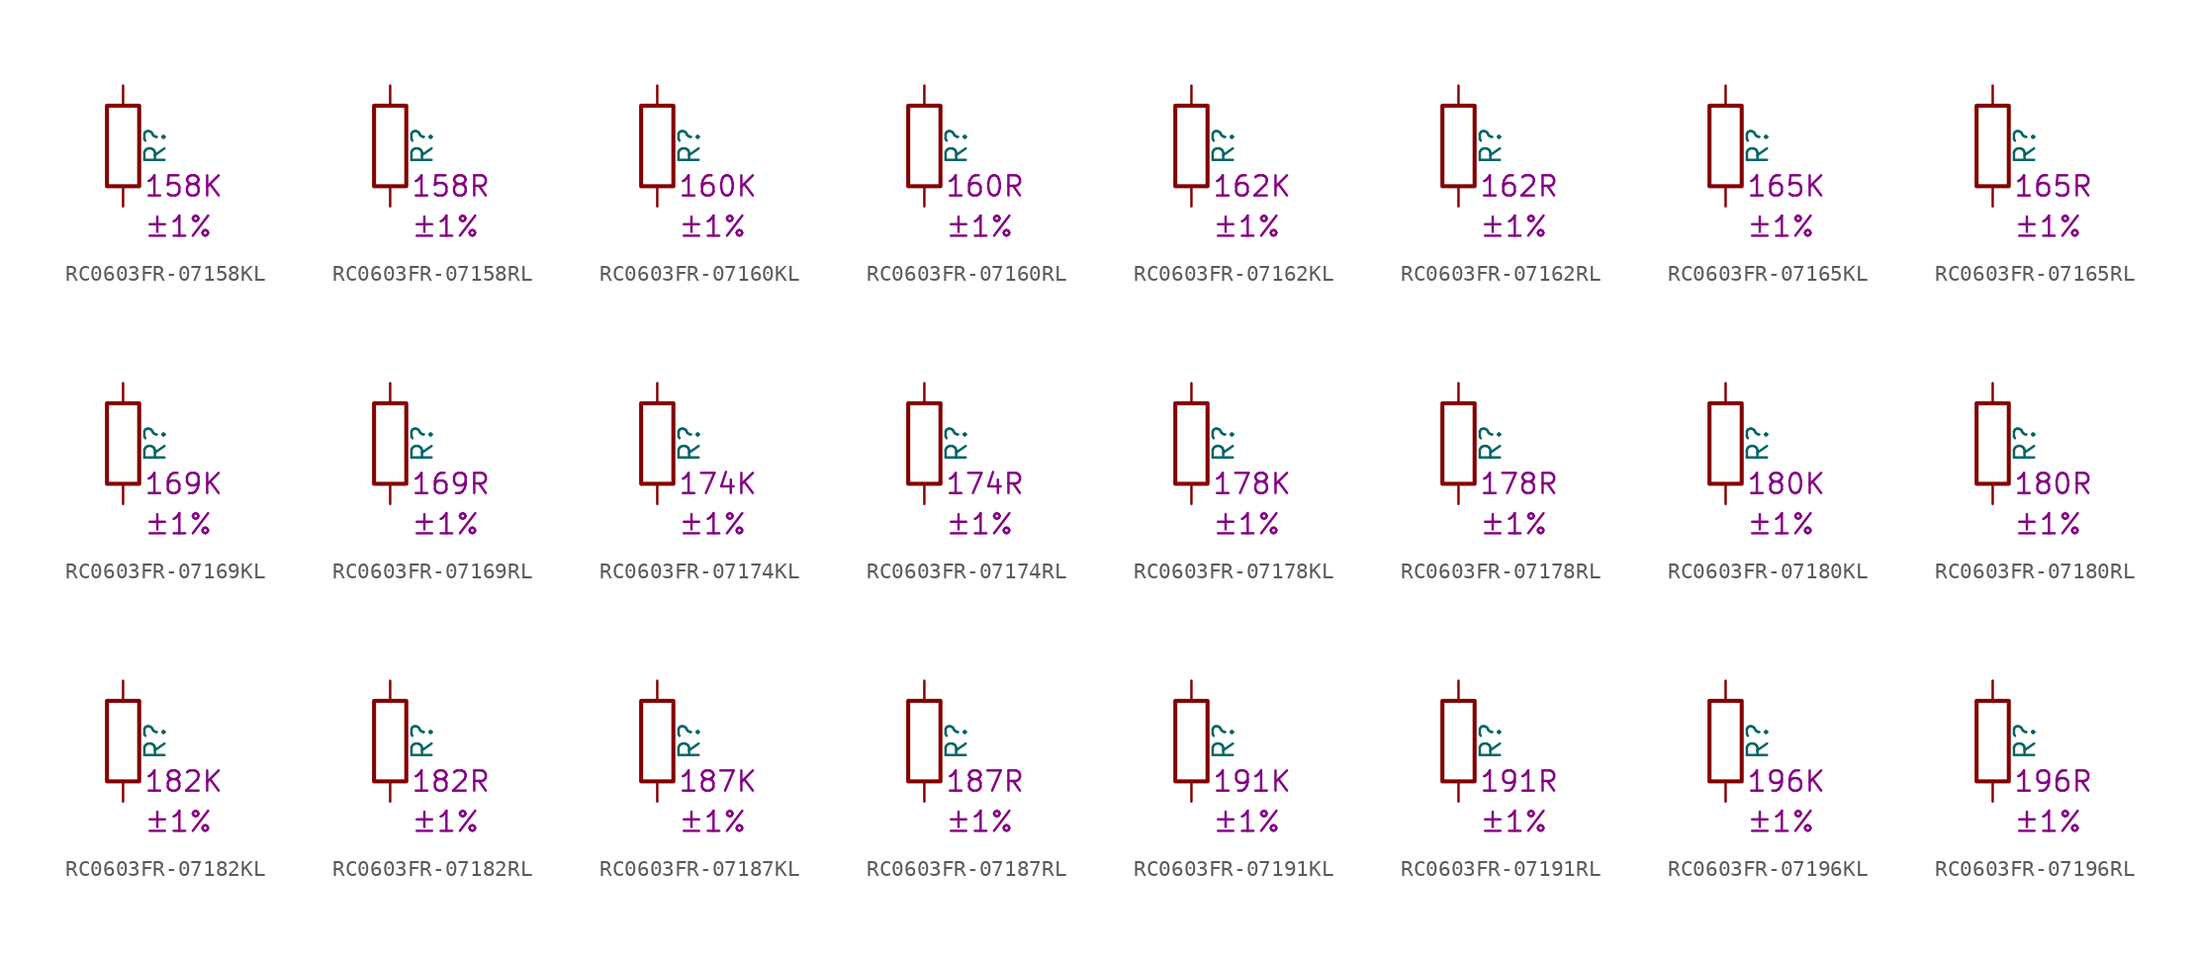
<source format=kicad_sym>
(kicad_symbol_lib
  (version 20220914)
  (generator kicad_symbol_editor)
  (symbol "RC0603FR-07158KL"
    (pin_numbers hide)
    (pin_names
      (offset 0))
    (property "Reference" "R"
      (at 2.032 0 90)
      (effects (font (size 1.27 1.27))))
    (property "Resistance" "158K"
      (at 1.27 -2.54 0)
      (effects (font (size 1.27 1.27)) (justify left)))
    (property "Tolerance" "±1%"
      (at 1.27 -5.08 0)
      (effects (font (size 1.27 1.27)) (justify left)))
    (symbol "RC0603FR-07158KL_0_1"
      (rectangle (start -1.016 -2.54) (end 1.016 2.54) (stroke (width 0.254) (type default)) (fill (type none))))
    (symbol "RC0603FR-07158KL_1_1"
      (pin passive line (at 0 3.81 270) (length 1.27) (name "~" (effects (font (size 1.27 1.27)))) (number "1" (effects (font (size 1.27 1.27)))))
      (pin passive line (at 0 -3.81 90) (length 1.27) (name "~" (effects (font (size 1.27 1.27)))) (number "2" (effects (font (size 1.27 1.27)))))))
  (symbol "RC0603FR-07158RL"
    (pin_numbers hide)
    (pin_names
      (offset 0))
    (property "Reference" "R"
      (at 2.032 0 90)
      (effects (font (size 1.27 1.27))))
    (property "Resistance" "158R"
      (at 1.27 -2.54 0)
      (effects (font (size 1.27 1.27)) (justify left)))
    (property "Tolerance" "±1%"
      (at 1.27 -5.08 0)
      (effects (font (size 1.27 1.27)) (justify left)))
    (symbol "RC0603FR-07158RL_0_1"
      (rectangle (start -1.016 -2.54) (end 1.016 2.54) (stroke (width 0.254) (type default)) (fill (type none))))
    (symbol "RC0603FR-07158RL_1_1"
      (pin passive line (at 0 3.81 270) (length 1.27) (name "~" (effects (font (size 1.27 1.27)))) (number "1" (effects (font (size 1.27 1.27)))))
      (pin passive line (at 0 -3.81 90) (length 1.27) (name "~" (effects (font (size 1.27 1.27)))) (number "2" (effects (font (size 1.27 1.27)))))))
  (symbol "RC0603FR-07160KL"
    (pin_numbers hide)
    (pin_names
      (offset 0))
    (property "Reference" "R"
      (at 2.032 0 90)
      (effects (font (size 1.27 1.27))))
    (property "Resistance" "160K"
      (at 1.27 -2.54 0)
      (effects (font (size 1.27 1.27)) (justify left)))
    (property "Tolerance" "±1%"
      (at 1.27 -5.08 0)
      (effects (font (size 1.27 1.27)) (justify left)))
    (symbol "RC0603FR-07160KL_0_1"
      (rectangle (start -1.016 -2.54) (end 1.016 2.54) (stroke (width 0.254) (type default)) (fill (type none))))
    (symbol "RC0603FR-07160KL_1_1"
      (pin passive line (at 0 3.81 270) (length 1.27) (name "~" (effects (font (size 1.27 1.27)))) (number "1" (effects (font (size 1.27 1.27)))))
      (pin passive line (at 0 -3.81 90) (length 1.27) (name "~" (effects (font (size 1.27 1.27)))) (number "2" (effects (font (size 1.27 1.27)))))))
  (symbol "RC0603FR-07160RL"
    (pin_numbers hide)
    (pin_names
      (offset 0))
    (property "Reference" "R"
      (at 2.032 0 90)
      (effects (font (size 1.27 1.27))))
    (property "Resistance" "160R"
      (at 1.27 -2.54 0)
      (effects (font (size 1.27 1.27)) (justify left)))
    (property "Tolerance" "±1%"
      (at 1.27 -5.08 0)
      (effects (font (size 1.27 1.27)) (justify left)))
    (symbol "RC0603FR-07160RL_0_1"
      (rectangle (start -1.016 -2.54) (end 1.016 2.54) (stroke (width 0.254) (type default)) (fill (type none))))
    (symbol "RC0603FR-07160RL_1_1"
      (pin passive line (at 0 3.81 270) (length 1.27) (name "~" (effects (font (size 1.27 1.27)))) (number "1" (effects (font (size 1.27 1.27)))))
      (pin passive line (at 0 -3.81 90) (length 1.27) (name "~" (effects (font (size 1.27 1.27)))) (number "2" (effects (font (size 1.27 1.27)))))))
  (symbol "RC0603FR-07162KL"
    (pin_numbers hide)
    (pin_names
      (offset 0))
    (property "Reference" "R"
      (at 2.032 0 90)
      (effects (font (size 1.27 1.27))))
    (property "Resistance" "162K"
      (at 1.27 -2.54 0)
      (effects (font (size 1.27 1.27)) (justify left)))
    (property "Tolerance" "±1%"
      (at 1.27 -5.08 0)
      (effects (font (size 1.27 1.27)) (justify left)))
    (symbol "RC0603FR-07162KL_0_1"
      (rectangle (start -1.016 -2.54) (end 1.016 2.54) (stroke (width 0.254) (type default)) (fill (type none))))
    (symbol "RC0603FR-07162KL_1_1"
      (pin passive line (at 0 3.81 270) (length 1.27) (name "~" (effects (font (size 1.27 1.27)))) (number "1" (effects (font (size 1.27 1.27)))))
      (pin passive line (at 0 -3.81 90) (length 1.27) (name "~" (effects (font (size 1.27 1.27)))) (number "2" (effects (font (size 1.27 1.27)))))))
  (symbol "RC0603FR-07162RL"
    (pin_numbers hide)
    (pin_names
      (offset 0))
    (property "Reference" "R"
      (at 2.032 0 90)
      (effects (font (size 1.27 1.27))))
    (property "Resistance" "162R"
      (at 1.27 -2.54 0)
      (effects (font (size 1.27 1.27)) (justify left)))
    (property "Tolerance" "±1%"
      (at 1.27 -5.08 0)
      (effects (font (size 1.27 1.27)) (justify left)))
    (symbol "RC0603FR-07162RL_0_1"
      (rectangle (start -1.016 -2.54) (end 1.016 2.54) (stroke (width 0.254) (type default)) (fill (type none))))
    (symbol "RC0603FR-07162RL_1_1"
      (pin passive line (at 0 3.81 270) (length 1.27) (name "~" (effects (font (size 1.27 1.27)))) (number "1" (effects (font (size 1.27 1.27)))))
      (pin passive line (at 0 -3.81 90) (length 1.27) (name "~" (effects (font (size 1.27 1.27)))) (number "2" (effects (font (size 1.27 1.27)))))))
  (symbol "RC0603FR-07165KL"
    (pin_numbers hide)
    (pin_names
      (offset 0))
    (property "Reference" "R"
      (at 2.032 0 90)
      (effects (font (size 1.27 1.27))))
    (property "Resistance" "165K"
      (at 1.27 -2.54 0)
      (effects (font (size 1.27 1.27)) (justify left)))
    (property "Tolerance" "±1%"
      (at 1.27 -5.08 0)
      (effects (font (size 1.27 1.27)) (justify left)))
    (symbol "RC0603FR-07165KL_0_1"
      (rectangle (start -1.016 -2.54) (end 1.016 2.54) (stroke (width 0.254) (type default)) (fill (type none))))
    (symbol "RC0603FR-07165KL_1_1"
      (pin passive line (at 0 3.81 270) (length 1.27) (name "~" (effects (font (size 1.27 1.27)))) (number "1" (effects (font (size 1.27 1.27)))))
      (pin passive line (at 0 -3.81 90) (length 1.27) (name "~" (effects (font (size 1.27 1.27)))) (number "2" (effects (font (size 1.27 1.27)))))))
  (symbol "RC0603FR-07165RL"
    (pin_numbers hide)
    (pin_names
      (offset 0))
    (property "Reference" "R"
      (at 2.032 0 90)
      (effects (font (size 1.27 1.27))))
    (property "Resistance" "165R"
      (at 1.27 -2.54 0)
      (effects (font (size 1.27 1.27)) (justify left)))
    (property "Tolerance" "±1%"
      (at 1.27 -5.08 0)
      (effects (font (size 1.27 1.27)) (justify left)))
    (symbol "RC0603FR-07165RL_0_1"
      (rectangle (start -1.016 -2.54) (end 1.016 2.54) (stroke (width 0.254) (type default)) (fill (type none))))
    (symbol "RC0603FR-07165RL_1_1"
      (pin passive line (at 0 3.81 270) (length 1.27) (name "~" (effects (font (size 1.27 1.27)))) (number "1" (effects (font (size 1.27 1.27)))))
      (pin passive line (at 0 -3.81 90) (length 1.27) (name "~" (effects (font (size 1.27 1.27)))) (number "2" (effects (font (size 1.27 1.27)))))))
  (symbol "RC0603FR-07169KL"
    (pin_numbers hide)
    (pin_names
      (offset 0))
    (property "Reference" "R"
      (at 2.032 0 90)
      (effects (font (size 1.27 1.27))))
    (property "Resistance" "169K"
      (at 1.27 -2.54 0)
      (effects (font (size 1.27 1.27)) (justify left)))
    (property "Tolerance" "±1%"
      (at 1.27 -5.08 0)
      (effects (font (size 1.27 1.27)) (justify left)))
    (symbol "RC0603FR-07169KL_0_1"
      (rectangle (start -1.016 -2.54) (end 1.016 2.54) (stroke (width 0.254) (type default)) (fill (type none))))
    (symbol "RC0603FR-07169KL_1_1"
      (pin passive line (at 0 3.81 270) (length 1.27) (name "~" (effects (font (size 1.27 1.27)))) (number "1" (effects (font (size 1.27 1.27)))))
      (pin passive line (at 0 -3.81 90) (length 1.27) (name "~" (effects (font (size 1.27 1.27)))) (number "2" (effects (font (size 1.27 1.27)))))))
  (symbol "RC0603FR-07169RL"
    (pin_numbers hide)
    (pin_names
      (offset 0))
    (property "Reference" "R"
      (at 2.032 0 90)
      (effects (font (size 1.27 1.27))))
    (property "Resistance" "169R"
      (at 1.27 -2.54 0)
      (effects (font (size 1.27 1.27)) (justify left)))
    (property "Tolerance" "±1%"
      (at 1.27 -5.08 0)
      (effects (font (size 1.27 1.27)) (justify left)))
    (symbol "RC0603FR-07169RL_0_1"
      (rectangle (start -1.016 -2.54) (end 1.016 2.54) (stroke (width 0.254) (type default)) (fill (type none))))
    (symbol "RC0603FR-07169RL_1_1"
      (pin passive line (at 0 3.81 270) (length 1.27) (name "~" (effects (font (size 1.27 1.27)))) (number "1" (effects (font (size 1.27 1.27)))))
      (pin passive line (at 0 -3.81 90) (length 1.27) (name "~" (effects (font (size 1.27 1.27)))) (number "2" (effects (font (size 1.27 1.27)))))))
  (symbol "RC0603FR-07174KL"
    (pin_numbers hide)
    (pin_names
      (offset 0))
    (property "Reference" "R"
      (at 2.032 0 90)
      (effects (font (size 1.27 1.27))))
    (property "Resistance" "174K"
      (at 1.27 -2.54 0)
      (effects (font (size 1.27 1.27)) (justify left)))
    (property "Tolerance" "±1%"
      (at 1.27 -5.08 0)
      (effects (font (size 1.27 1.27)) (justify left)))
    (symbol "RC0603FR-07174KL_0_1"
      (rectangle (start -1.016 -2.54) (end 1.016 2.54) (stroke (width 0.254) (type default)) (fill (type none))))
    (symbol "RC0603FR-07174KL_1_1"
      (pin passive line (at 0 3.81 270) (length 1.27) (name "~" (effects (font (size 1.27 1.27)))) (number "1" (effects (font (size 1.27 1.27)))))
      (pin passive line (at 0 -3.81 90) (length 1.27) (name "~" (effects (font (size 1.27 1.27)))) (number "2" (effects (font (size 1.27 1.27)))))))
  (symbol "RC0603FR-07174RL"
    (pin_numbers hide)
    (pin_names
      (offset 0))
    (property "Reference" "R"
      (at 2.032 0 90)
      (effects (font (size 1.27 1.27))))
    (property "Resistance" "174R"
      (at 1.27 -2.54 0)
      (effects (font (size 1.27 1.27)) (justify left)))
    (property "Tolerance" "±1%"
      (at 1.27 -5.08 0)
      (effects (font (size 1.27 1.27)) (justify left)))
    (symbol "RC0603FR-07174RL_0_1"
      (rectangle (start -1.016 -2.54) (end 1.016 2.54) (stroke (width 0.254) (type default)) (fill (type none))))
    (symbol "RC0603FR-07174RL_1_1"
      (pin passive line (at 0 3.81 270) (length 1.27) (name "~" (effects (font (size 1.27 1.27)))) (number "1" (effects (font (size 1.27 1.27)))))
      (pin passive line (at 0 -3.81 90) (length 1.27) (name "~" (effects (font (size 1.27 1.27)))) (number "2" (effects (font (size 1.27 1.27)))))))
  (symbol "RC0603FR-07178KL"
    (pin_numbers hide)
    (pin_names
      (offset 0))
    (property "Reference" "R"
      (at 2.032 0 90)
      (effects (font (size 1.27 1.27))))
    (property "Resistance" "178K"
      (at 1.27 -2.54 0)
      (effects (font (size 1.27 1.27)) (justify left)))
    (property "Tolerance" "±1%"
      (at 1.27 -5.08 0)
      (effects (font (size 1.27 1.27)) (justify left)))
    (symbol "RC0603FR-07178KL_0_1"
      (rectangle (start -1.016 -2.54) (end 1.016 2.54) (stroke (width 0.254) (type default)) (fill (type none))))
    (symbol "RC0603FR-07178KL_1_1"
      (pin passive line (at 0 3.81 270) (length 1.27) (name "~" (effects (font (size 1.27 1.27)))) (number "1" (effects (font (size 1.27 1.27)))))
      (pin passive line (at 0 -3.81 90) (length 1.27) (name "~" (effects (font (size 1.27 1.27)))) (number "2" (effects (font (size 1.27 1.27)))))))
  (symbol "RC0603FR-07178RL"
    (pin_numbers hide)
    (pin_names
      (offset 0))
    (property "Reference" "R"
      (at 2.032 0 90)
      (effects (font (size 1.27 1.27))))
    (property "Resistance" "178R"
      (at 1.27 -2.54 0)
      (effects (font (size 1.27 1.27)) (justify left)))
    (property "Tolerance" "±1%"
      (at 1.27 -5.08 0)
      (effects (font (size 1.27 1.27)) (justify left)))
    (symbol "RC0603FR-07178RL_0_1"
      (rectangle (start -1.016 -2.54) (end 1.016 2.54) (stroke (width 0.254) (type default)) (fill (type none))))
    (symbol "RC0603FR-07178RL_1_1"
      (pin passive line (at 0 3.81 270) (length 1.27) (name "~" (effects (font (size 1.27 1.27)))) (number "1" (effects (font (size 1.27 1.27)))))
      (pin passive line (at 0 -3.81 90) (length 1.27) (name "~" (effects (font (size 1.27 1.27)))) (number "2" (effects (font (size 1.27 1.27)))))))
  (symbol "RC0603FR-07180KL"
    (pin_numbers hide)
    (pin_names
      (offset 0))
    (property "Reference" "R"
      (at 2.032 0 90)
      (effects (font (size 1.27 1.27))))
    (property "Resistance" "180K"
      (at 1.27 -2.54 0)
      (effects (font (size 1.27 1.27)) (justify left)))
    (property "Tolerance" "±1%"
      (at 1.27 -5.08 0)
      (effects (font (size 1.27 1.27)) (justify left)))
    (symbol "RC0603FR-07180KL_0_1"
      (rectangle (start -1.016 -2.54) (end 1.016 2.54) (stroke (width 0.254) (type default)) (fill (type none))))
    (symbol "RC0603FR-07180KL_1_1"
      (pin passive line (at 0 3.81 270) (length 1.27) (name "~" (effects (font (size 1.27 1.27)))) (number "1" (effects (font (size 1.27 1.27)))))
      (pin passive line (at 0 -3.81 90) (length 1.27) (name "~" (effects (font (size 1.27 1.27)))) (number "2" (effects (font (size 1.27 1.27)))))))
  (symbol "RC0603FR-07180RL"
    (pin_numbers hide)
    (pin_names
      (offset 0))
    (property "Reference" "R"
      (at 2.032 0 90)
      (effects (font (size 1.27 1.27))))
    (property "Resistance" "180R"
      (at 1.27 -2.54 0)
      (effects (font (size 1.27 1.27)) (justify left)))
    (property "Tolerance" "±1%"
      (at 1.27 -5.08 0)
      (effects (font (size 1.27 1.27)) (justify left)))
    (symbol "RC0603FR-07180RL_0_1"
      (rectangle (start -1.016 -2.54) (end 1.016 2.54) (stroke (width 0.254) (type default)) (fill (type none))))
    (symbol "RC0603FR-07180RL_1_1"
      (pin passive line (at 0 3.81 270) (length 1.27) (name "~" (effects (font (size 1.27 1.27)))) (number "1" (effects (font (size 1.27 1.27)))))
      (pin passive line (at 0 -3.81 90) (length 1.27) (name "~" (effects (font (size 1.27 1.27)))) (number "2" (effects (font (size 1.27 1.27)))))))
  (symbol "RC0603FR-07182KL"
    (pin_numbers hide)
    (pin_names
      (offset 0))
    (property "Reference" "R"
      (at 2.032 0 90)
      (effects (font (size 1.27 1.27))))
    (property "Resistance" "182K"
      (at 1.27 -2.54 0)
      (effects (font (size 1.27 1.27)) (justify left)))
    (property "Tolerance" "±1%"
      (at 1.27 -5.08 0)
      (effects (font (size 1.27 1.27)) (justify left)))
    (symbol "RC0603FR-07182KL_0_1"
      (rectangle (start -1.016 -2.54) (end 1.016 2.54) (stroke (width 0.254) (type default)) (fill (type none))))
    (symbol "RC0603FR-07182KL_1_1"
      (pin passive line (at 0 3.81 270) (length 1.27) (name "~" (effects (font (size 1.27 1.27)))) (number "1" (effects (font (size 1.27 1.27)))))
      (pin passive line (at 0 -3.81 90) (length 1.27) (name "~" (effects (font (size 1.27 1.27)))) (number "2" (effects (font (size 1.27 1.27)))))))
  (symbol "RC0603FR-07182RL"
    (pin_numbers hide)
    (pin_names
      (offset 0))
    (property "Reference" "R"
      (at 2.032 0 90)
      (effects (font (size 1.27 1.27))))
    (property "Resistance" "182R"
      (at 1.27 -2.54 0)
      (effects (font (size 1.27 1.27)) (justify left)))
    (property "Tolerance" "±1%"
      (at 1.27 -5.08 0)
      (effects (font (size 1.27 1.27)) (justify left)))
    (symbol "RC0603FR-07182RL_0_1"
      (rectangle (start -1.016 -2.54) (end 1.016 2.54) (stroke (width 0.254) (type default)) (fill (type none))))
    (symbol "RC0603FR-07182RL_1_1"
      (pin passive line (at 0 3.81 270) (length 1.27) (name "~" (effects (font (size 1.27 1.27)))) (number "1" (effects (font (size 1.27 1.27)))))
      (pin passive line (at 0 -3.81 90) (length 1.27) (name "~" (effects (font (size 1.27 1.27)))) (number "2" (effects (font (size 1.27 1.27)))))))
  (symbol "RC0603FR-07187KL"
    (pin_numbers hide)
    (pin_names
      (offset 0))
    (property "Reference" "R"
      (at 2.032 0 90)
      (effects (font (size 1.27 1.27))))
    (property "Resistance" "187K"
      (at 1.27 -2.54 0)
      (effects (font (size 1.27 1.27)) (justify left)))
    (property "Tolerance" "±1%"
      (at 1.27 -5.08 0)
      (effects (font (size 1.27 1.27)) (justify left)))
    (symbol "RC0603FR-07187KL_0_1"
      (rectangle (start -1.016 -2.54) (end 1.016 2.54) (stroke (width 0.254) (type default)) (fill (type none))))
    (symbol "RC0603FR-07187KL_1_1"
      (pin passive line (at 0 3.81 270) (length 1.27) (name "~" (effects (font (size 1.27 1.27)))) (number "1" (effects (font (size 1.27 1.27)))))
      (pin passive line (at 0 -3.81 90) (length 1.27) (name "~" (effects (font (size 1.27 1.27)))) (number "2" (effects (font (size 1.27 1.27)))))))
  (symbol "RC0603FR-07187RL"
    (pin_numbers hide)
    (pin_names
      (offset 0))
    (property "Reference" "R"
      (at 2.032 0 90)
      (effects (font (size 1.27 1.27))))
    (property "Resistance" "187R"
      (at 1.27 -2.54 0)
      (effects (font (size 1.27 1.27)) (justify left)))
    (property "Tolerance" "±1%"
      (at 1.27 -5.08 0)
      (effects (font (size 1.27 1.27)) (justify left)))
    (symbol "RC0603FR-07187RL_0_1"
      (rectangle (start -1.016 -2.54) (end 1.016 2.54) (stroke (width 0.254) (type default)) (fill (type none))))
    (symbol "RC0603FR-07187RL_1_1"
      (pin passive line (at 0 3.81 270) (length 1.27) (name "~" (effects (font (size 1.27 1.27)))) (number "1" (effects (font (size 1.27 1.27)))))
      (pin passive line (at 0 -3.81 90) (length 1.27) (name "~" (effects (font (size 1.27 1.27)))) (number "2" (effects (font (size 1.27 1.27)))))))
  (symbol "RC0603FR-07191KL"
    (pin_numbers hide)
    (pin_names
      (offset 0))
    (property "Reference" "R"
      (at 2.032 0 90)
      (effects (font (size 1.27 1.27))))
    (property "Resistance" "191K"
      (at 1.27 -2.54 0)
      (effects (font (size 1.27 1.27)) (justify left)))
    (property "Tolerance" "±1%"
      (at 1.27 -5.08 0)
      (effects (font (size 1.27 1.27)) (justify left)))
    (symbol "RC0603FR-07191KL_0_1"
      (rectangle (start -1.016 -2.54) (end 1.016 2.54) (stroke (width 0.254) (type default)) (fill (type none))))
    (symbol "RC0603FR-07191KL_1_1"
      (pin passive line (at 0 3.81 270) (length 1.27) (name "~" (effects (font (size 1.27 1.27)))) (number "1" (effects (font (size 1.27 1.27)))))
      (pin passive line (at 0 -3.81 90) (length 1.27) (name "~" (effects (font (size 1.27 1.27)))) (number "2" (effects (font (size 1.27 1.27)))))))
  (symbol "RC0603FR-07191RL"
    (pin_numbers hide)
    (pin_names
      (offset 0))
    (property "Reference" "R"
      (at 2.032 0 90)
      (effects (font (size 1.27 1.27))))
    (property "Resistance" "191R"
      (at 1.27 -2.54 0)
      (effects (font (size 1.27 1.27)) (justify left)))
    (property "Tolerance" "±1%"
      (at 1.27 -5.08 0)
      (effects (font (size 1.27 1.27)) (justify left)))
    (symbol "RC0603FR-07191RL_0_1"
      (rectangle (start -1.016 -2.54) (end 1.016 2.54) (stroke (width 0.254) (type default)) (fill (type none))))
    (symbol "RC0603FR-07191RL_1_1"
      (pin passive line (at 0 3.81 270) (length 1.27) (name "~" (effects (font (size 1.27 1.27)))) (number "1" (effects (font (size 1.27 1.27)))))
      (pin passive line (at 0 -3.81 90) (length 1.27) (name "~" (effects (font (size 1.27 1.27)))) (number "2" (effects (font (size 1.27 1.27)))))))
  (symbol "RC0603FR-07196KL"
    (pin_numbers hide)
    (pin_names
      (offset 0))
    (property "Reference" "R"
      (at 2.032 0 90)
      (effects (font (size 1.27 1.27))))
    (property "Resistance" "196K"
      (at 1.27 -2.54 0)
      (effects (font (size 1.27 1.27)) (justify left)))
    (property "Tolerance" "±1%"
      (at 1.27 -5.08 0)
      (effects (font (size 1.27 1.27)) (justify left)))
    (symbol "RC0603FR-07196KL_0_1"
      (rectangle (start -1.016 -2.54) (end 1.016 2.54) (stroke (width 0.254) (type default)) (fill (type none))))
    (symbol "RC0603FR-07196KL_1_1"
      (pin passive line (at 0 3.81 270) (length 1.27) (name "~" (effects (font (size 1.27 1.27)))) (number "1" (effects (font (size 1.27 1.27)))))
      (pin passive line (at 0 -3.81 90) (length 1.27) (name "~" (effects (font (size 1.27 1.27)))) (number "2" (effects (font (size 1.27 1.27)))))))
  (symbol "RC0603FR-07196RL"
    (pin_numbers hide)
    (pin_names
      (offset 0))
    (property "Reference" "R"
      (at 2.032 0 90)
      (effects (font (size 1.27 1.27))))
    (property "Resistance" "196R"
      (at 1.27 -2.54 0)
      (effects (font (size 1.27 1.27)) (justify left)))
    (property "Tolerance" "±1%"
      (at 1.27 -5.08 0)
      (effects (font (size 1.27 1.27)) (justify left)))
    (symbol "RC0603FR-07196RL_0_1"
      (rectangle (start -1.016 -2.54) (end 1.016 2.54) (stroke (width 0.254) (type default)) (fill (type none))))
    (symbol "RC0603FR-07196RL_1_1"
      (pin passive line (at 0 3.81 270) (length 1.27) (name "~" (effects (font (size 1.27 1.27)))) (number "1" (effects (font (size 1.27 1.27)))))
      (pin passive line (at 0 -3.81 90) (length 1.27) (name "~" (effects (font (size 1.27 1.27)))) (number "2" (effects (font (size 1.27 1.27))))))))
</source>
